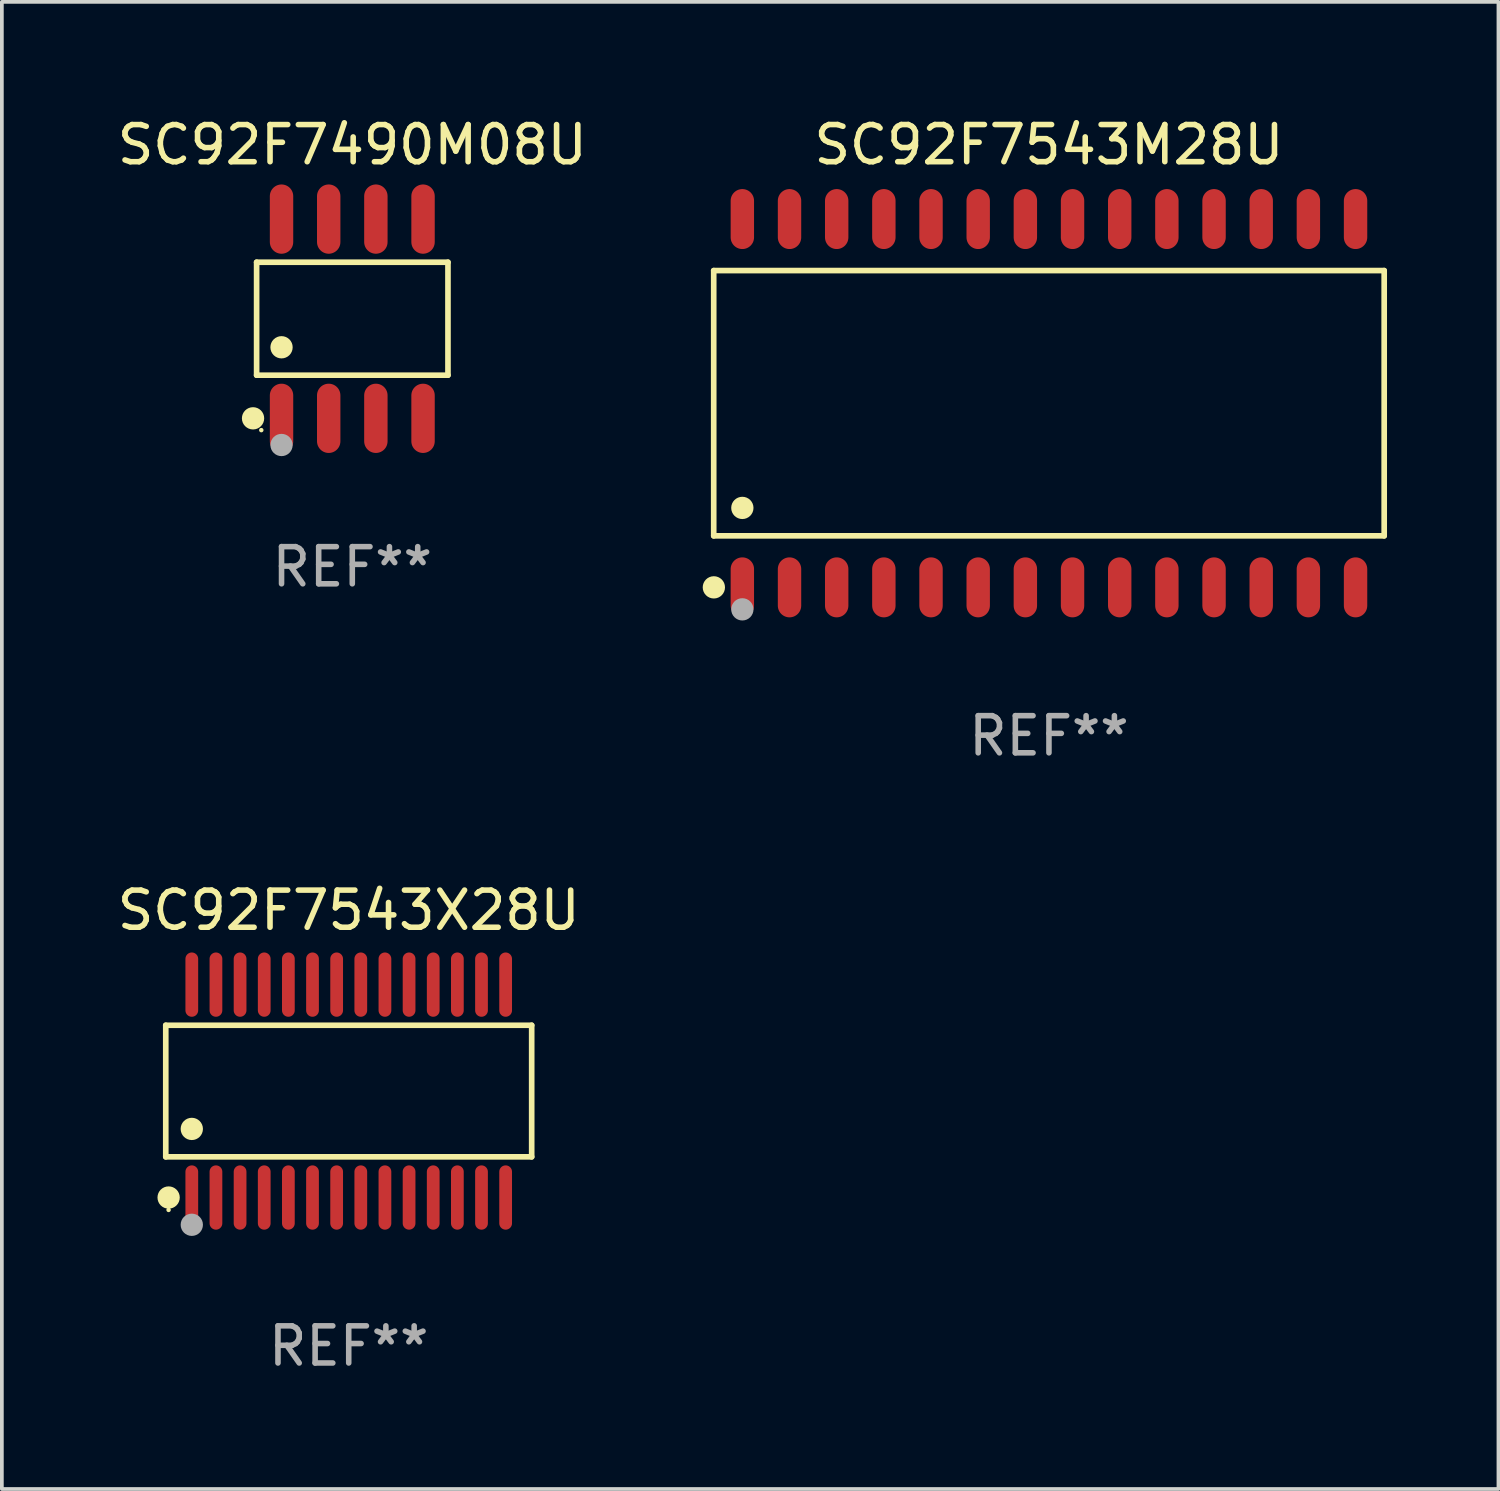
<source format=kicad_pcb>
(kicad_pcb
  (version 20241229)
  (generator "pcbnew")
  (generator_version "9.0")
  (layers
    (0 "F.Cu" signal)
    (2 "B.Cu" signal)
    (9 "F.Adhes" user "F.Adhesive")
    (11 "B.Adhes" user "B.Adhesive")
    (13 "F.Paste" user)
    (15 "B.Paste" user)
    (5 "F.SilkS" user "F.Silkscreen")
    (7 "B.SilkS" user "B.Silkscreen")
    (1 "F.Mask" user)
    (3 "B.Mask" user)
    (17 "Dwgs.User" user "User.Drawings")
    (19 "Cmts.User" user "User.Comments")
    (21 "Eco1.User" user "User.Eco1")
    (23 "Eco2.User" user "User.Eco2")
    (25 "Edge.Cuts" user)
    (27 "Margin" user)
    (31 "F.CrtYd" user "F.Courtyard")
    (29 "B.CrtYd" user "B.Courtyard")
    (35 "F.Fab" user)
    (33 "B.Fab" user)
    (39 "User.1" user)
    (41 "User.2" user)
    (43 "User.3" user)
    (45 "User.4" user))
  (footprint "SC92F7543M28U"
    (layer "F.Cu")
    (at 25.192 7.806)
    (property "Reference" "SC92F7543M28U" (at 0 -6.958 0) (layer "F.SilkS") (effects (font (size 1 1) (thickness 0.15))))
    (attr through_hole)
    (fp_line (start -9.026 -3.571) (end 9.026 -3.571) (stroke (width 0.152) (type solid)) (layer "F.SilkS"))
    (fp_line (start -9.026 3.571) (end -9.026 -3.571) (stroke (width 0.152) (type solid)) (layer "F.SilkS"))
    (fp_line (start 9.026 -3.571) (end 9.026 3.571) (stroke (width 0.152) (type solid)) (layer "F.SilkS"))
    (fp_line (start 9.026 3.571) (end -9.026 3.571) (stroke (width 0.152) (type solid)) (layer "F.SilkS"))
    (fp_circle (center -9.022 4.958) (end -8.872 4.958) (stroke (width 0.3) (type solid)) (fill no) (layer "F.SilkS"))
    (fp_circle (center -8.95 5.15) (end -8.92 5.15) (stroke (width 0.06) (type solid)) (fill no) (layer "F.SilkS"))
    (fp_circle (center -8.255 2.819) (end -8.105 2.819) (stroke (width 0.3) (type solid)) (fill no) (layer "F.SilkS"))
    (fp_circle (center -8.255 5.55) (end -8.105 5.55) (stroke (width 0.3) (type solid)) (fill no) (layer "F.Fab"))
    (fp_text user "REF**" (at 0 8.958 0) (layer "F.Fab") (effects (font (size 1 1) (thickness 0.15))))
    (pad "1" smd oval (at -8.255 4.958) (size 0.63 1.615) (layers "F.Cu" "F.Mask" "F.Paste"))
    (pad "2" smd oval (at -6.985 4.958) (size 0.63 1.615) (layers "F.Cu" "F.Mask" "F.Paste"))
    (pad "3" smd oval (at -5.715 4.958) (size 0.63 1.615) (layers "F.Cu" "F.Mask" "F.Paste"))
    (pad "4" smd oval (at -4.445 4.958) (size 0.63 1.615) (layers "F.Cu" "F.Mask" "F.Paste"))
    (pad "5" smd oval (at -3.175 4.958) (size 0.63 1.615) (layers "F.Cu" "F.Mask" "F.Paste"))
    (pad "6" smd oval (at -1.905 4.958) (size 0.63 1.615) (layers "F.Cu" "F.Mask" "F.Paste"))
    (pad "7" smd oval (at -0.635 4.958) (size 0.63 1.615) (layers "F.Cu" "F.Mask" "F.Paste"))
    (pad "8" smd oval (at 0.635 4.958) (size 0.63 1.615) (layers "F.Cu" "F.Mask" "F.Paste"))
    (pad "9" smd oval (at 1.905 4.958) (size 0.63 1.615) (layers "F.Cu" "F.Mask" "F.Paste"))
    (pad "10" smd oval (at 3.175 4.958) (size 0.63 1.615) (layers "F.Cu" "F.Mask" "F.Paste"))
    (pad "11" smd oval (at 4.445 4.958) (size 0.63 1.615) (layers "F.Cu" "F.Mask" "F.Paste"))
    (pad "12" smd oval (at 5.715 4.958) (size 0.63 1.615) (layers "F.Cu" "F.Mask" "F.Paste"))
    (pad "13" smd oval (at 6.985 4.958) (size 0.63 1.615) (layers "F.Cu" "F.Mask" "F.Paste"))
    (pad "14" smd oval (at 8.255 4.958) (size 0.63 1.615) (layers "F.Cu" "F.Mask" "F.Paste"))
    (pad "15" smd oval (at 8.255 -4.958) (size 0.63 1.615) (layers "F.Cu" "F.Mask" "F.Paste"))
    (pad "16" smd oval (at 6.985 -4.958) (size 0.63 1.615) (layers "F.Cu" "F.Mask" "F.Paste"))
    (pad "17" smd oval (at 5.715 -4.958) (size 0.63 1.615) (layers "F.Cu" "F.Mask" "F.Paste"))
    (pad "18" smd oval (at 4.445 -4.958) (size 0.63 1.615) (layers "F.Cu" "F.Mask" "F.Paste"))
    (pad "19" smd oval (at 3.175 -4.958) (size 0.63 1.615) (layers "F.Cu" "F.Mask" "F.Paste"))
    (pad "20" smd oval (at 1.905 -4.958) (size 0.63 1.615) (layers "F.Cu" "F.Mask" "F.Paste"))
    (pad "21" smd oval (at 0.635 -4.958) (size 0.63 1.615) (layers "F.Cu" "F.Mask" "F.Paste"))
    (pad "22" smd oval (at -0.635 -4.958) (size 0.63 1.615) (layers "F.Cu" "F.Mask" "F.Paste"))
    (pad "23" smd oval (at -1.905 -4.958) (size 0.63 1.615) (layers "F.Cu" "F.Mask" "F.Paste"))
    (pad "24" smd oval (at -3.175 -4.958) (size 0.63 1.615) (layers "F.Cu" "F.Mask" "F.Paste"))
    (pad "25" smd oval (at -4.445 -4.958) (size 0.63 1.615) (layers "F.Cu" "F.Mask" "F.Paste"))
    (pad "26" smd oval (at -5.715 -4.958) (size 0.63 1.615) (layers "F.Cu" "F.Mask" "F.Paste"))
    (pad "27" smd oval (at -6.985 -4.958) (size 0.63 1.615) (layers "F.Cu" "F.Mask" "F.Paste"))
    (pad "28" smd oval (at -8.255 -4.958) (size 0.63 1.615) (layers "F.Cu" "F.Mask" "F.Paste")))
  (footprint "SC92F7543X28U"
    (layer "F.Cu")
    (at 6.339 26.326)
    (property "Reference" "SC92F7543X28U" (at 0 -4.866 0) (layer "F.SilkS") (effects (font (size 1 1) (thickness 0.15))))
    (attr through_hole)
    (fp_line (start -4.926 -1.772) (end 4.926 -1.772) (stroke (width 0.152) (type solid)) (layer "F.SilkS"))
    (fp_line (start -4.926 1.771) (end -4.926 -1.772) (stroke (width 0.152) (type solid)) (layer "F.SilkS"))
    (fp_line (start 4.926 -1.772) (end 4.926 1.771) (stroke (width 0.152) (type solid)) (layer "F.SilkS"))
    (fp_line (start 4.926 1.771) (end -4.926 1.771) (stroke (width 0.152) (type solid)) (layer "F.SilkS"))
    (fp_circle (center -4.85 3.2) (end -4.82 3.2) (stroke (width 0.06) (type solid)) (fill no) (layer "F.SilkS"))
    (fp_circle (center -4.849 2.866) (end -4.699 2.866) (stroke (width 0.3) (type solid)) (fill no) (layer "F.SilkS"))
    (fp_circle (center -4.225 1.019) (end -4.075 1.019) (stroke (width 0.3) (type solid)) (fill no) (layer "F.SilkS"))
    (fp_circle (center -4.225 3.6) (end -4.075 3.6) (stroke (width 0.3) (type solid)) (fill no) (layer "F.Fab"))
    (fp_text user "REF**" (at 0 6.866 0) (layer "F.Fab") (effects (font (size 1 1) (thickness 0.15))))
    (pad "1" smd oval (at -4.225 2.866) (size 0.343 1.731) (layers "F.Cu" "F.Mask" "F.Paste"))
    (pad "2" smd oval (at -3.575 2.866) (size 0.343 1.731) (layers "F.Cu" "F.Mask" "F.Paste"))
    (pad "3" smd oval (at -2.925 2.866) (size 0.343 1.731) (layers "F.Cu" "F.Mask" "F.Paste"))
    (pad "4" smd oval (at -2.275 2.866) (size 0.343 1.731) (layers "F.Cu" "F.Mask" "F.Paste"))
    (pad "5" smd oval (at -1.625 2.866) (size 0.343 1.731) (layers "F.Cu" "F.Mask" "F.Paste"))
    (pad "6" smd oval (at -0.975 2.866) (size 0.343 1.731) (layers "F.Cu" "F.Mask" "F.Paste"))
    (pad "7" smd oval (at -0.325 2.866) (size 0.343 1.731) (layers "F.Cu" "F.Mask" "F.Paste"))
    (pad "8" smd oval (at 0.325 2.866) (size 0.343 1.731) (layers "F.Cu" "F.Mask" "F.Paste"))
    (pad "9" smd oval (at 0.975 2.866) (size 0.343 1.731) (layers "F.Cu" "F.Mask" "F.Paste"))
    (pad "10" smd oval (at 1.625 2.866) (size 0.343 1.731) (layers "F.Cu" "F.Mask" "F.Paste"))
    (pad "11" smd oval (at 2.275 2.866) (size 0.343 1.731) (layers "F.Cu" "F.Mask" "F.Paste"))
    (pad "12" smd oval (at 2.925 2.866) (size 0.343 1.731) (layers "F.Cu" "F.Mask" "F.Paste"))
    (pad "13" smd oval (at 3.575 2.866) (size 0.343 1.731) (layers "F.Cu" "F.Mask" "F.Paste"))
    (pad "14" smd oval (at 4.225 2.866) (size 0.343 1.731) (layers "F.Cu" "F.Mask" "F.Paste"))
    (pad "15" smd oval (at 4.225 -2.866) (size 0.343 1.731) (layers "F.Cu" "F.Mask" "F.Paste"))
    (pad "16" smd oval (at 3.575 -2.866) (size 0.343 1.731) (layers "F.Cu" "F.Mask" "F.Paste"))
    (pad "17" smd oval (at 2.925 -2.866) (size 0.343 1.731) (layers "F.Cu" "F.Mask" "F.Paste"))
    (pad "18" smd oval (at 2.275 -2.866) (size 0.343 1.731) (layers "F.Cu" "F.Mask" "F.Paste"))
    (pad "19" smd oval (at 1.625 -2.866) (size 0.343 1.731) (layers "F.Cu" "F.Mask" "F.Paste"))
    (pad "20" smd oval (at 0.975 -2.866) (size 0.343 1.731) (layers "F.Cu" "F.Mask" "F.Paste"))
    (pad "21" smd oval (at 0.325 -2.866) (size 0.343 1.731) (layers "F.Cu" "F.Mask" "F.Paste"))
    (pad "22" smd oval (at -0.325 -2.866) (size 0.343 1.731) (layers "F.Cu" "F.Mask" "F.Paste"))
    (pad "23" smd oval (at -0.975 -2.866) (size 0.343 1.731) (layers "F.Cu" "F.Mask" "F.Paste"))
    (pad "24" smd oval (at -1.625 -2.866) (size 0.343 1.731) (layers "F.Cu" "F.Mask" "F.Paste"))
    (pad "25" smd oval (at -2.275 -2.866) (size 0.343 1.731) (layers "F.Cu" "F.Mask" "F.Paste"))
    (pad "26" smd oval (at -2.925 -2.866) (size 0.343 1.731) (layers "F.Cu" "F.Mask" "F.Paste"))
    (pad "27" smd oval (at -3.575 -2.866) (size 0.343 1.731) (layers "F.Cu" "F.Mask" "F.Paste"))
    (pad "28" smd oval (at -4.225 -2.866) (size 0.343 1.731) (layers "F.Cu" "F.Mask" "F.Paste")))
  (footprint "SC92F7490M08U"
    (layer "F.Cu")
    (at 6.435 5.531)
    (property "Reference" "SC92F7490M08U" (at 0 -4.682 0) (layer "F.SilkS") (effects (font (size 1 1) (thickness 0.15))))
    (attr through_hole)
    (fp_line (start -2.576 -1.521) (end 2.576 -1.521) (stroke (width 0.152) (type solid)) (layer "F.SilkS"))
    (fp_line (start -2.576 1.521) (end -2.576 -1.521) (stroke (width 0.152) (type solid)) (layer "F.SilkS"))
    (fp_line (start 2.576 -1.521) (end 2.576 1.521) (stroke (width 0.152) (type solid)) (layer "F.SilkS"))
    (fp_line (start 2.576 1.521) (end -2.576 1.521) (stroke (width 0.152) (type solid)) (layer "F.SilkS"))
    (fp_circle (center -2.672 2.682) (end -2.522 2.682) (stroke (width 0.3) (type solid)) (fill no) (layer "F.SilkS"))
    (fp_circle (center -2.45 3) (end -2.42 3) (stroke (width 0.06) (type solid)) (fill no) (layer "F.SilkS"))
    (fp_circle (center -1.905 0.769) (end -1.755 0.769) (stroke (width 0.3) (type solid)) (fill no) (layer "F.SilkS"))
    (fp_circle (center -1.905 3.4) (end -1.755 3.4) (stroke (width 0.3) (type solid)) (fill no) (layer "F.Fab"))
    (fp_text user "REF**" (at 0 6.682 0) (layer "F.Fab") (effects (font (size 1 1) (thickness 0.15))))
    (pad "1" smd oval (at -1.905 2.682) (size 0.63 1.865) (layers "F.Cu" "F.Mask" "F.Paste"))
    (pad "2" smd oval (at -0.635 2.682) (size 0.63 1.865) (layers "F.Cu" "F.Mask" "F.Paste"))
    (pad "3" smd oval (at 0.635 2.682) (size 0.63 1.865) (layers "F.Cu" "F.Mask" "F.Paste"))
    (pad "4" smd oval (at 1.905 2.682) (size 0.63 1.865) (layers "F.Cu" "F.Mask" "F.Paste"))
    (pad "5" smd oval (at 1.905 -2.682) (size 0.63 1.865) (layers "F.Cu" "F.Mask" "F.Paste"))
    (pad "6" smd oval (at 0.635 -2.682) (size 0.63 1.865) (layers "F.Cu" "F.Mask" "F.Paste"))
    (pad "7" smd oval (at -0.635 -2.682) (size 0.63 1.865) (layers "F.Cu" "F.Mask" "F.Paste"))
    (pad "8" smd oval (at -1.905 -2.682) (size 0.63 1.865) (layers "F.Cu" "F.Mask" "F.Paste")))
  (gr_rect
    (start -3 -3)
    (end 37.294 37.04)
    (stroke (width 0.1) (type default))
    (fill no)
    (layer "Edge.Cuts")))
</source>
